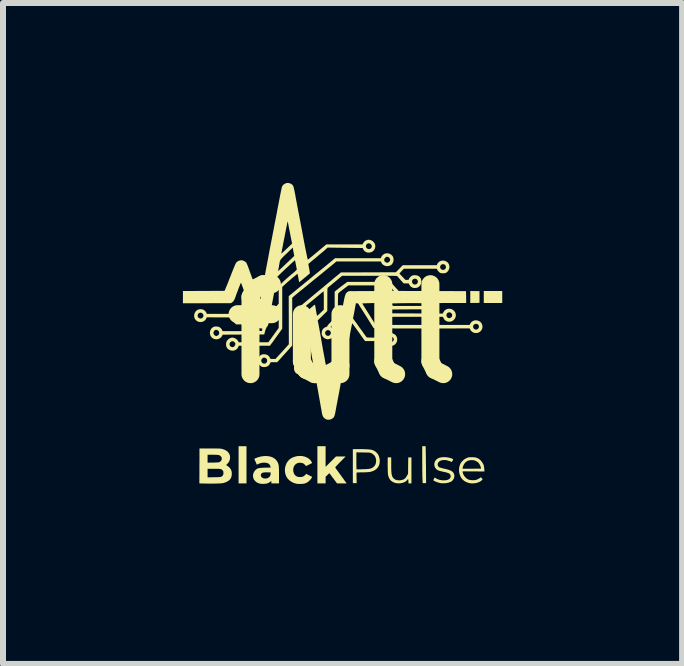
<source format=kicad_pcb>
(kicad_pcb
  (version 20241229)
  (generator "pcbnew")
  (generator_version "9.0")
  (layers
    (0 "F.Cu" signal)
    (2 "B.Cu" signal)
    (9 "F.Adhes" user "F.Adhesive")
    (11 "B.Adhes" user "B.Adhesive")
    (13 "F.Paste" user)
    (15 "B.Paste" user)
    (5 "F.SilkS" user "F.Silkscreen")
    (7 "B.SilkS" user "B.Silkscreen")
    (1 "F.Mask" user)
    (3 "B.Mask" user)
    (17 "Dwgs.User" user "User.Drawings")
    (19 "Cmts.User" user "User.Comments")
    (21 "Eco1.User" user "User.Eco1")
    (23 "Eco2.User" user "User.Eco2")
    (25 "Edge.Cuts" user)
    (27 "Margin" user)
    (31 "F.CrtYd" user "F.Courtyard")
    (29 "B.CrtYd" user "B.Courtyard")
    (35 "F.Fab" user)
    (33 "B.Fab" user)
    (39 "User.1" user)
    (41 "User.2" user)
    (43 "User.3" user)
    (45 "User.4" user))
  (footprint "full"
    (layer "F.Cu")
    (at 2.662 2.51)
    (property "Reference" "full" (at 0 0 0) (layer "F.SilkS") (effects (font (size 1.5 1.5) (thickness 0.3))))
    (attr board_only exclude_from_pos_files exclude_from_bom)
    (fp_poly (pts (xy -1.602 2.19) (xy -1.602 2.5) (xy -1.668 2.5) (xy -1.734 2.5) (xy -1.734 2.19) (xy -1.734 1.88) (xy -1.668 1.88) (xy -1.602 1.88)) (stroke (width 0) (type solid)) (fill yes) (layer "F.SilkS"))
    (fp_poly (pts (xy 2.206 -0.707) (xy 2.283 -0.706) (xy 2.283 -0.608) (xy 2.283 -0.51) (xy 2.206 -0.509) (xy 2.129 -0.508) (xy 2.129 -0.608) (xy 2.129 -0.708)) (stroke (width 0) (type solid)) (fill yes) (layer "F.SilkS"))
    (fp_poly (pts (xy 2.662 -0.608) (xy 2.662 -0.508) (xy 2.508 -0.508) (xy 2.354 -0.508) (xy 2.354 -0.608) (xy 2.354 -0.708) (xy 2.508 -0.708) (xy 2.662 -0.708)) (stroke (width 0) (type solid)) (fill yes) (layer "F.SilkS"))
    (fp_poly (pts (xy 1.389 2.093) (xy 1.389 2.143) (xy 1.39 2.193) (xy 1.391 2.241) (xy 1.391 2.288) (xy 1.391 2.33) (xy 1.392 2.366) (xy 1.392 2.395) (xy 1.392 2.401) (xy 1.392 2.496) (xy 1.363 2.496) (xy 1.335 2.496) (xy 1.332 2.422) (xy 1.331 2.401) (xy 1.33 2.372) (xy 1.33 2.337) (xy 1.329 2.295) (xy 1.329 2.25) (xy 1.329 2.201) (xy 1.328 2.151) (xy 1.328 2.114) (xy 1.328 1.88) (xy 1.357 1.88) (xy 1.385 1.88)) (stroke (width 0) (type solid)) (fill yes) (layer "F.SilkS"))
    (fp_poly (pts (xy -0.283 2.052) (xy -0.283 2.224) (xy -0.197 2.138) (xy -0.11 2.051) (xy -0.03 2.051) (xy 0.05 2.051) (xy -0.036 2.139) (xy -0.06 2.163) (xy -0.081 2.185) (xy -0.098 2.204) (xy -0.112 2.219) (xy -0.12 2.229) (xy -0.122 2.232) (xy -0.119 2.239) (xy -0.113 2.251) (xy -0.106 2.261) (xy -0.067 2.314) (xy -0.034 2.359) (xy -0.007 2.397) (xy 0.016 2.428) (xy 0.033 2.453) (xy 0.041 2.463) (xy 0.069 2.5) (xy -0.011 2.5) (xy -0.092 2.5) (xy -0.156 2.415) (xy -0.221 2.329) (xy -0.252 2.359) (xy -0.283 2.39) (xy -0.283 2.445) (xy -0.283 2.5) (xy -0.352 2.5) (xy -0.42 2.5) (xy -0.42 2.19) (xy -0.42 1.88) (xy -0.352 1.88) (xy -0.283 1.88)) (stroke (width 0) (type solid)) (fill yes) (layer "F.SilkS"))
    (fp_poly (pts (xy 0.783 2.065) (xy 0.811 2.067) (xy 0.811 2.187) (xy 0.811 2.238) (xy 0.812 2.28) (xy 0.814 2.314) (xy 0.817 2.342) (xy 0.822 2.364) (xy 0.828 2.383) (xy 0.835 2.397) (xy 0.845 2.41) (xy 0.856 2.421) (xy 0.877 2.436) (xy 0.901 2.444) (xy 0.93 2.448) (xy 0.947 2.449) (xy 0.986 2.444) (xy 1.018 2.433) (xy 1.045 2.414) (xy 1.066 2.386) (xy 1.075 2.37) (xy 1.092 2.337) (xy 1.093 2.201) (xy 1.095 2.066) (xy 1.121 2.066) (xy 1.148 2.066) (xy 1.148 2.283) (xy 1.148 2.5) (xy 1.123 2.5) (xy 1.099 2.5) (xy 1.098 2.475) (xy 1.097 2.458) (xy 1.096 2.442) (xy 1.095 2.437) (xy 1.091 2.425) (xy 1.08 2.44) (xy 1.06 2.462) (xy 1.032 2.479) (xy 0.999 2.491) (xy 0.962 2.498) (xy 0.924 2.499) (xy 0.887 2.495) (xy 0.879 2.493) (xy 0.841 2.478) (xy 0.809 2.457) (xy 0.785 2.429) (xy 0.768 2.394) (xy 0.757 2.353) (xy 0.757 2.352) (xy 0.756 2.341) (xy 0.755 2.323) (xy 0.754 2.299) (xy 0.753 2.27) (xy 0.753 2.239) (xy 0.752 2.206) (xy 0.752 2.174) (xy 0.752 2.143) (xy 0.752 2.115) (xy 0.752 2.092) (xy 0.753 2.076) (xy 0.754 2.067) (xy 0.754 2.065) (xy 0.76 2.065) (xy 0.772 2.065)) (stroke (width 0) (type solid)) (fill yes) (layer "F.SilkS"))
    (fp_poly (pts (xy -0.671 2.044) (xy -0.629 2.054) (xy -0.59 2.07) (xy -0.557 2.092) (xy -0.548 2.101) (xy -0.535 2.114) (xy -0.524 2.129) (xy -0.516 2.143) (xy -0.51 2.155) (xy -0.51 2.161) (xy -0.511 2.162) (xy -0.517 2.165) (xy -0.529 2.171) (xy -0.547 2.18) (xy -0.561 2.187) (xy -0.607 2.21) (xy -0.63 2.188) (xy -0.647 2.172) (xy -0.664 2.163) (xy -0.678 2.159) (xy -0.713 2.155) (xy -0.744 2.159) (xy -0.772 2.172) (xy -0.794 2.191) (xy -0.811 2.216) (xy -0.821 2.246) (xy -0.823 2.281) (xy -0.821 2.302) (xy -0.811 2.335) (xy -0.795 2.361) (xy -0.772 2.38) (xy -0.742 2.391) (xy -0.709 2.394) (xy -0.678 2.392) (xy -0.653 2.383) (xy -0.632 2.368) (xy -0.623 2.359) (xy -0.607 2.341) (xy -0.559 2.365) (xy -0.539 2.375) (xy -0.523 2.383) (xy -0.512 2.388) (xy -0.509 2.391) (xy -0.509 2.396) (xy -0.515 2.407) (xy -0.524 2.421) (xy -0.536 2.437) (xy -0.546 2.447) (xy -0.576 2.475) (xy -0.61 2.494) (xy -0.638 2.503) (xy -0.665 2.507) (xy -0.697 2.509) (xy -0.732 2.509) (xy -0.765 2.506) (xy -0.78 2.503) (xy -0.822 2.489) (xy -0.86 2.469) (xy -0.895 2.442) (xy -0.923 2.41) (xy -0.94 2.381) (xy -0.955 2.339) (xy -0.962 2.295) (xy -0.961 2.251) (xy -0.952 2.209) (xy -0.937 2.169) (xy -0.915 2.133) (xy -0.887 2.102) (xy -0.853 2.078) (xy -0.85 2.076) (xy -0.807 2.058) (xy -0.762 2.046) (xy -0.716 2.042)) (stroke (width 0) (type solid)) (fill yes) (layer "F.SilkS"))
    (fp_poly (pts (xy 0.302 1.929) (xy 0.354 1.929) (xy 0.397 1.931) (xy 0.433 1.933) (xy 0.463 1.936) (xy 0.488 1.941) (xy 0.509 1.948) (xy 0.527 1.957) (xy 0.544 1.968) (xy 0.561 1.981) (xy 0.563 1.983) (xy 0.588 2.011) (xy 0.605 2.044) (xy 0.616 2.082) (xy 0.62 2.122) (xy 0.617 2.163) (xy 0.611 2.187) (xy 0.595 2.223) (xy 0.572 2.253) (xy 0.54 2.278) (xy 0.502 2.296) (xy 0.461 2.308) (xy 0.438 2.311) (xy 0.409 2.313) (xy 0.374 2.315) (xy 0.345 2.315) (xy 0.317 2.315) (xy 0.291 2.316) (xy 0.269 2.316) (xy 0.254 2.317) (xy 0.249 2.318) (xy 0.232 2.321) (xy 0.233 2.408) (xy 0.235 2.496) (xy 0.203 2.496) (xy 0.171 2.496) (xy 0.171 2.212) (xy 0.171 2.121) (xy 0.23 2.121) (xy 0.23 2.157) (xy 0.23 2.189) (xy 0.231 2.218) (xy 0.231 2.24) (xy 0.232 2.256) (xy 0.233 2.263) (xy 0.233 2.263) (xy 0.239 2.265) (xy 0.254 2.266) (xy 0.274 2.266) (xy 0.299 2.265) (xy 0.327 2.264) (xy 0.356 2.263) (xy 0.385 2.262) (xy 0.411 2.26) (xy 0.433 2.258) (xy 0.45 2.256) (xy 0.457 2.255) (xy 0.484 2.246) (xy 0.505 2.234) (xy 0.524 2.218) (xy 0.529 2.213) (xy 0.547 2.186) (xy 0.557 2.154) (xy 0.56 2.119) (xy 0.554 2.084) (xy 0.547 2.061) (xy 0.529 2.032) (xy 0.504 2.01) (xy 0.481 1.996) (xy 0.473 1.993) (xy 0.464 1.99) (xy 0.454 1.988) (xy 0.441 1.986) (xy 0.424 1.985) (xy 0.401 1.985) (xy 0.371 1.984) (xy 0.343 1.984) (xy 0.23 1.982) (xy 0.23 2.121) (xy 0.171 2.121) (xy 0.171 1.929)) (stroke (width 0) (type solid)) (fill yes) (layer "F.SilkS"))
    (fp_poly (pts (xy 1.725 2.063) (xy 1.772 2.07) (xy 1.815 2.083) (xy 1.821 2.086) (xy 1.845 2.096) (xy 1.835 2.12) (xy 1.828 2.133) (xy 1.822 2.141) (xy 1.819 2.142) (xy 1.778 2.126) (xy 1.742 2.115) (xy 1.71 2.11) (xy 1.68 2.111) (xy 1.654 2.114) (xy 1.627 2.124) (xy 1.606 2.138) (xy 1.592 2.156) (xy 1.585 2.176) (xy 1.587 2.198) (xy 1.589 2.204) (xy 1.593 2.213) (xy 1.599 2.221) (xy 1.606 2.227) (xy 1.616 2.233) (xy 1.632 2.238) (xy 1.652 2.244) (xy 1.68 2.251) (xy 1.715 2.259) (xy 1.734 2.263) (xy 1.768 2.273) (xy 1.798 2.285) (xy 1.823 2.298) (xy 1.841 2.313) (xy 1.842 2.314) (xy 1.857 2.339) (xy 1.864 2.367) (xy 1.862 2.395) (xy 1.853 2.423) (xy 1.836 2.448) (xy 1.823 2.461) (xy 1.8 2.475) (xy 1.77 2.486) (xy 1.736 2.494) (xy 1.699 2.498) (xy 1.662 2.498) (xy 1.638 2.496) (xy 1.616 2.491) (xy 1.593 2.485) (xy 1.569 2.477) (xy 1.548 2.468) (xy 1.53 2.46) (xy 1.518 2.452) (xy 1.514 2.446) (xy 1.516 2.44) (xy 1.521 2.428) (xy 1.527 2.416) (xy 1.532 2.407) (xy 1.536 2.403) (xy 1.536 2.403) (xy 1.541 2.405) (xy 1.551 2.411) (xy 1.561 2.418) (xy 1.592 2.433) (xy 1.625 2.443) (xy 1.664 2.448) (xy 1.685 2.449) (xy 1.724 2.447) (xy 1.756 2.439) (xy 1.779 2.427) (xy 1.795 2.41) (xy 1.802 2.389) (xy 1.802 2.382) (xy 1.8 2.364) (xy 1.794 2.35) (xy 1.782 2.339) (xy 1.765 2.329) (xy 1.739 2.32) (xy 1.706 2.311) (xy 1.689 2.308) (xy 1.653 2.3) (xy 1.626 2.293) (xy 1.604 2.287) (xy 1.588 2.28) (xy 1.575 2.272) (xy 1.567 2.266) (xy 1.546 2.243) (xy 1.534 2.217) (xy 1.529 2.188) (xy 1.532 2.158) (xy 1.542 2.13) (xy 1.561 2.105) (xy 1.566 2.1) (xy 1.588 2.084) (xy 1.612 2.073) (xy 1.642 2.066) (xy 1.678 2.062)) (stroke (width 0) (type solid)) (fill yes) (layer "F.SilkS"))
    (fp_poly (pts (xy 2.189 2.064) (xy 2.218 2.068) (xy 2.241 2.075) (xy 2.263 2.085) (xy 2.283 2.099) (xy 2.306 2.12) (xy 2.327 2.148) (xy 2.345 2.178) (xy 2.351 2.193) (xy 2.356 2.208) (xy 2.359 2.229) (xy 2.362 2.252) (xy 2.363 2.258) (xy 2.365 2.301) (xy 2.187 2.3) (xy 2.147 2.3) (xy 2.109 2.3) (xy 2.075 2.299) (xy 2.046 2.299) (xy 2.024 2.299) (xy 2.01 2.299) (xy 2.004 2.3) (xy 2.001 2.303) (xy 2.002 2.314) (xy 2.003 2.32) (xy 2.016 2.356) (xy 2.037 2.388) (xy 2.064 2.415) (xy 2.089 2.431) (xy 2.106 2.438) (xy 2.122 2.442) (xy 2.142 2.445) (xy 2.161 2.446) (xy 2.197 2.446) (xy 2.227 2.441) (xy 2.254 2.43) (xy 2.281 2.415) (xy 2.294 2.406) (xy 2.303 2.4) (xy 2.307 2.398) (xy 2.311 2.401) (xy 2.318 2.41) (xy 2.322 2.415) (xy 2.335 2.433) (xy 2.322 2.447) (xy 2.298 2.466) (xy 2.266 2.482) (xy 2.229 2.493) (xy 2.19 2.499) (xy 2.151 2.5) (xy 2.113 2.495) (xy 2.105 2.493) (xy 2.06 2.477) (xy 2.022 2.454) (xy 1.992 2.426) (xy 1.968 2.39) (xy 1.952 2.348) (xy 1.943 2.31) (xy 1.941 2.269) (xy 1.942 2.256) (xy 2.002 2.256) (xy 2.155 2.255) (xy 2.308 2.254) (xy 2.306 2.239) (xy 2.301 2.22) (xy 2.292 2.197) (xy 2.279 2.174) (xy 2.266 2.157) (xy 2.253 2.145) (xy 2.235 2.133) (xy 2.223 2.126) (xy 2.207 2.119) (xy 2.193 2.115) (xy 2.176 2.113) (xy 2.154 2.112) (xy 2.12 2.114) (xy 2.093 2.121) (xy 2.068 2.134) (xy 2.049 2.149) (xy 2.035 2.165) (xy 2.022 2.186) (xy 2.011 2.208) (xy 2.004 2.229) (xy 2.002 2.24) (xy 2.002 2.256) (xy 1.942 2.256) (xy 1.946 2.227) (xy 1.957 2.188) (xy 1.961 2.179) (xy 1.979 2.149) (xy 2.005 2.12) (xy 2.035 2.095) (xy 2.062 2.08) (xy 2.078 2.073) (xy 2.091 2.068) (xy 2.104 2.065) (xy 2.119 2.064) (xy 2.14 2.063) (xy 2.154 2.063)) (stroke (width 0) (type solid)) (fill yes) (layer "F.SilkS"))
    (fp_poly (pts (xy -1.244 2.045) (xy -1.199 2.054) (xy -1.16 2.069) (xy -1.127 2.091) (xy -1.121 2.096) (xy -1.095 2.126) (xy -1.075 2.163) (xy -1.065 2.2) (xy -1.064 2.213) (xy -1.062 2.234) (xy -1.061 2.263) (xy -1.06 2.296) (xy -1.06 2.334) (xy -1.06 2.365) (xy -1.06 2.5) (xy -1.123 2.5) (xy -1.187 2.5) (xy -1.187 2.481) (xy -1.187 2.469) (xy -1.189 2.462) (xy -1.189 2.461) (xy -1.195 2.464) (xy -1.204 2.471) (xy -1.21 2.476) (xy -1.227 2.487) (xy -1.246 2.496) (xy -1.25 2.498) (xy -1.274 2.504) (xy -1.303 2.507) (xy -1.333 2.508) (xy -1.362 2.506) (xy -1.377 2.504) (xy -1.397 2.498) (xy -1.416 2.491) (xy -1.424 2.487) (xy -1.452 2.467) (xy -1.474 2.442) (xy -1.488 2.413) (xy -1.494 2.382) (xy -1.493 2.367) (xy -1.363 2.367) (xy -1.357 2.387) (xy -1.349 2.398) (xy -1.332 2.41) (xy -1.309 2.417) (xy -1.283 2.419) (xy -1.257 2.414) (xy -1.235 2.405) (xy -1.216 2.388) (xy -1.204 2.365) (xy -1.2 2.341) (xy -1.199 2.317) (xy -1.248 2.316) (xy -1.282 2.315) (xy -1.308 2.317) (xy -1.327 2.32) (xy -1.341 2.325) (xy -1.351 2.332) (xy -1.361 2.348) (xy -1.363 2.367) (xy -1.493 2.367) (xy -1.492 2.35) (xy -1.482 2.319) (xy -1.464 2.29) (xy -1.456 2.28) (xy -1.442 2.268) (xy -1.429 2.258) (xy -1.414 2.251) (xy -1.396 2.246) (xy -1.374 2.242) (xy -1.346 2.24) (xy -1.31 2.238) (xy -1.292 2.238) (xy -1.2 2.236) (xy -1.203 2.218) (xy -1.211 2.195) (xy -1.226 2.177) (xy -1.245 2.165) (xy -1.27 2.157) (xy -1.299 2.154) (xy -1.332 2.155) (xy -1.365 2.161) (xy -1.394 2.171) (xy -1.41 2.179) (xy -1.424 2.185) (xy -1.433 2.184) (xy -1.436 2.176) (xy -1.438 2.169) (xy -1.443 2.155) (xy -1.451 2.138) (xy -1.455 2.131) (xy -1.465 2.111) (xy -1.469 2.097) (xy -1.47 2.09) (xy -1.468 2.089) (xy -1.451 2.08) (xy -1.426 2.07) (xy -1.398 2.061) (xy -1.369 2.053) (xy -1.342 2.048) (xy -1.292 2.043)) (stroke (width 0) (type solid)) (fill yes) (layer "F.SilkS"))
    (fp_poly (pts (xy -2.215 1.917) (xy -2.167 1.917) (xy -2.129 1.917) (xy -2.098 1.918) (xy -2.073 1.918) (xy -2.053 1.919) (xy -2.037 1.921) (xy -2.023 1.922) (xy -2.012 1.924) (xy -2.007 1.926) (xy -1.968 1.938) (xy -1.935 1.956) (xy -1.91 1.977) (xy -1.903 1.986) (xy -1.889 2.009) (xy -1.88 2.031) (xy -1.876 2.055) (xy -1.876 2.071) (xy -1.88 2.105) (xy -1.892 2.136) (xy -1.913 2.165) (xy -1.922 2.173) (xy -1.933 2.184) (xy -1.939 2.193) (xy -1.94 2.197) (xy -1.925 2.204) (xy -1.908 2.217) (xy -1.89 2.232) (xy -1.876 2.248) (xy -1.872 2.253) (xy -1.857 2.28) (xy -1.849 2.308) (xy -1.847 2.339) (xy -1.847 2.351) (xy -1.853 2.388) (xy -1.866 2.419) (xy -1.888 2.445) (xy -1.917 2.466) (xy -1.954 2.483) (xy -1.985 2.493) (xy -2.001 2.496) (xy -2.026 2.499) (xy -2.059 2.501) (xy -2.098 2.502) (xy -2.142 2.503) (xy -2.191 2.503) (xy -2.243 2.503) (xy -2.297 2.502) (xy -2.311 2.502) (xy -2.388 2.5) (xy -2.387 2.327) (xy -2.251 2.327) (xy -2.251 2.399) (xy -2.143 2.397) (xy -2.106 2.396) (xy -2.078 2.396) (xy -2.057 2.395) (xy -2.041 2.393) (xy -2.03 2.391) (xy -2.023 2.389) (xy -2.019 2.387) (xy -2 2.372) (xy -1.989 2.352) (xy -1.986 2.326) (xy -1.986 2.326) (xy -1.989 2.301) (xy -2 2.281) (xy -2.019 2.266) (xy -2.022 2.265) (xy -2.029 2.262) (xy -2.038 2.26) (xy -2.049 2.258) (xy -2.065 2.257) (xy -2.088 2.257) (xy -2.117 2.256) (xy -2.145 2.256) (xy -2.251 2.256) (xy -2.251 2.327) (xy -2.387 2.327) (xy -2.387 2.209) (xy -2.386 2.088) (xy -2.251 2.088) (xy -2.251 2.154) (xy -2.157 2.153) (xy -2.124 2.152) (xy -2.099 2.151) (xy -2.081 2.15) (xy -2.068 2.149) (xy -2.058 2.147) (xy -2.051 2.144) (xy -2.046 2.141) (xy -2.028 2.126) (xy -2.017 2.107) (xy -2.014 2.086) (xy -2.018 2.066) (xy -2.03 2.048) (xy -2.048 2.034) (xy -2.064 2.027) (xy -2.075 2.025) (xy -2.094 2.024) (xy -2.118 2.023) (xy -2.146 2.022) (xy -2.167 2.022) (xy -2.251 2.022) (xy -2.251 2.088) (xy -2.386 2.088) (xy -2.386 1.917)) (stroke (width 0) (type solid)) (fill yes) (layer "F.SilkS"))
    (fp_poly (pts (xy 0.782 -1.33) (xy 0.808 -1.316) (xy 0.83 -1.295) (xy 0.841 -1.278) (xy 0.849 -1.251) (xy 0.85 -1.222) (xy 0.845 -1.194) (xy 0.832 -1.167) (xy 0.815 -1.146) (xy 0.807 -1.14) (xy 0.779 -1.127) (xy 0.75 -1.122) (xy 0.721 -1.124) (xy 0.694 -1.134) (xy 0.67 -1.149) (xy 0.652 -1.17) (xy 0.644 -1.188) (xy 0.639 -1.201) (xy 0.268 -1.201) (xy -0.102 -1.201) (xy -0.189 -1.129) (xy -0.217 -1.106) (xy -0.251 -1.078) (xy -0.288 -1.048) (xy -0.326 -1.017) (xy -0.363 -0.987) (xy -0.391 -0.964) (xy -0.423 -0.938) (xy -0.456 -0.912) (xy -0.488 -0.886) (xy -0.517 -0.862) (xy -0.542 -0.841) (xy -0.561 -0.826) (xy -0.562 -0.825) (xy -0.582 -0.808) (xy -0.609 -0.786) (xy -0.639 -0.762) (xy -0.67 -0.736) (xy -0.701 -0.712) (xy -0.711 -0.704) (xy -0.738 -0.682) (xy -0.763 -0.661) (xy -0.786 -0.642) (xy -0.804 -0.627) (xy -0.817 -0.615) (xy -0.822 -0.611) (xy -0.84 -0.594) (xy -0.84 -0.196) (xy -0.84 0.201) (xy -0.877 0.243) (xy -0.891 0.259) (xy -0.91 0.28) (xy -0.933 0.306) (xy -0.958 0.333) (xy -0.984 0.362) (xy -1.002 0.382) (xy -1.09 0.479) (xy -1.144 0.479) (xy -1.199 0.479) (xy -1.211 0.504) (xy -1.228 0.53) (xy -1.252 0.548) (xy -1.281 0.558) (xy -1.301 0.56) (xy -1.325 0.56) (xy -1.344 0.555) (xy -1.351 0.553) (xy -1.372 0.538) (xy -1.392 0.517) (xy -1.406 0.494) (xy -1.411 0.48) (xy -1.414 0.452) (xy -1.356 0.452) (xy -1.353 0.47) (xy -1.345 0.485) (xy -1.331 0.497) (xy -1.311 0.503) (xy -1.306 0.503) (xy -1.289 0.501) (xy -1.276 0.493) (xy -1.273 0.49) (xy -1.261 0.472) (xy -1.257 0.452) (xy -1.261 0.433) (xy -1.272 0.417) (xy -1.29 0.406) (xy -1.304 0.402) (xy -1.315 0.403) (xy -1.325 0.407) (xy -1.342 0.419) (xy -1.352 0.434) (xy -1.356 0.452) (xy -1.414 0.452) (xy -1.414 0.449) (xy -1.408 0.419) (xy -1.395 0.391) (xy -1.374 0.368) (xy -1.36 0.359) (xy -1.347 0.352) (xy -1.336 0.348) (xy -1.321 0.347) (xy -1.302 0.347) (xy -1.271 0.352) (xy -1.247 0.363) (xy -1.227 0.381) (xy -1.214 0.401) (xy -1.201 0.425) (xy -1.16 0.425) (xy -1.119 0.425) (xy -1.007 0.303) (xy -0.896 0.18) (xy -0.897 -0.221) (xy -0.898 -0.622) (xy -0.885 -0.633) (xy -0.874 -0.642) (xy -0.858 -0.655) (xy -0.836 -0.673) (xy -0.808 -0.696) (xy -0.774 -0.724) (xy -0.733 -0.758) (xy -0.684 -0.797) (xy -0.647 -0.828) (xy -0.613 -0.856) (xy -0.579 -0.883) (xy -0.547 -0.909) (xy -0.518 -0.933) (xy -0.493 -0.954) (xy -0.473 -0.971) (xy -0.463 -0.979) (xy -0.441 -0.997) (xy -0.418 -1.015) (xy -0.397 -1.032) (xy -0.384 -1.043) (xy -0.372 -1.052) (xy -0.354 -1.067) (xy -0.331 -1.086) (xy -0.304 -1.108) (xy -0.275 -1.131) (xy -0.245 -1.156) (xy -0.239 -1.161) (xy -0.162 -1.225) (xy 0.693 -1.225) (xy 0.699 -1.206) (xy 0.701 -1.202) (xy 0.712 -1.192) (xy 0.725 -1.184) (xy 0.739 -1.179) (xy 0.746 -1.18) (xy 0.755 -1.182) (xy 0.757 -1.182) (xy 0.765 -1.185) (xy 0.776 -1.194) (xy 0.786 -1.206) (xy 0.792 -1.216) (xy 0.793 -1.219) (xy 0.793 -1.235) (xy 0.786 -1.252) (xy 0.775 -1.266) (xy 0.766 -1.272) (xy 0.747 -1.279) (xy 0.729 -1.277) (xy 0.712 -1.265) (xy 0.71 -1.263) (xy 0.697 -1.245) (xy 0.693 -1.225) (xy -0.162 -1.225) (xy -0.126 -1.255) (xy 0.256 -1.255) (xy 0.638 -1.255) (xy 0.644 -1.271) (xy 0.653 -1.289) (xy 0.669 -1.307) (xy 0.687 -1.322) (xy 0.694 -1.326) (xy 0.723 -1.336) (xy 0.752 -1.337)) (stroke (width 0) (type solid)) (fill yes) (layer "F.SilkS"))
    (fp_poly (pts (xy -0.888 -2.506) (xy -0.862 -2.496) (xy -0.84 -2.481) (xy -0.827 -2.466) (xy -0.824 -2.46) (xy -0.821 -2.452) (xy -0.817 -2.441) (xy -0.813 -2.426) (xy -0.809 -2.407) (xy -0.803 -2.381) (xy -0.797 -2.35) (xy -0.789 -2.311) (xy -0.781 -2.263) (xy -0.774 -2.226) (xy -0.765 -2.178) (xy -0.756 -2.13) (xy -0.747 -2.083) (xy -0.739 -2.04) (xy -0.731 -2.001) (xy -0.725 -1.968) (xy -0.72 -1.943) (xy -0.718 -1.931) (xy -0.713 -1.905) (xy -0.706 -1.871) (xy -0.699 -1.833) (xy -0.691 -1.793) (xy -0.684 -1.753) (xy -0.681 -1.739) (xy -0.666 -1.658) (xy -0.652 -1.583) (xy -0.639 -1.514) (xy -0.627 -1.452) (xy -0.616 -1.397) (xy -0.606 -1.349) (xy -0.598 -1.308) (xy -0.591 -1.276) (xy -0.586 -1.252) (xy -0.582 -1.237) (xy -0.58 -1.231) (xy -0.58 -1.231) (xy -0.575 -1.234) (xy -0.564 -1.242) (xy -0.547 -1.256) (xy -0.525 -1.274) (xy -0.499 -1.295) (xy -0.469 -1.32) (xy -0.436 -1.347) (xy -0.423 -1.358) (xy -0.32 -1.444) (xy 0.389 -1.444) (xy 0.39 -1.44) (xy 0.401 -1.423) (xy 0.417 -1.412) (xy 0.435 -1.407) (xy 0.454 -1.408) (xy 0.467 -1.415) (xy 0.482 -1.432) (xy 0.488 -1.451) (xy 0.484 -1.47) (xy 0.472 -1.488) (xy 0.453 -1.501) (xy 0.434 -1.504) (xy 0.415 -1.499) (xy 0.409 -1.494) (xy 0.396 -1.48) (xy 0.389 -1.462) (xy 0.389 -1.444) (xy -0.32 -1.444) (xy -0.271 -1.485) (xy 0.03 -1.485) (xy 0.332 -1.485) (xy 0.341 -1.503) (xy 0.36 -1.53) (xy 0.383 -1.548) (xy 0.41 -1.559) (xy 0.438 -1.563) (xy 0.467 -1.558) (xy 0.495 -1.544) (xy 0.513 -1.529) (xy 0.534 -1.503) (xy 0.544 -1.475) (xy 0.546 -1.444) (xy 0.537 -1.414) (xy 0.53 -1.398) (xy 0.511 -1.375) (xy 0.488 -1.359) (xy 0.46 -1.351) (xy 0.446 -1.349) (xy 0.426 -1.348) (xy 0.412 -1.35) (xy 0.399 -1.355) (xy 0.386 -1.361) (xy 0.369 -1.371) (xy 0.357 -1.383) (xy 0.348 -1.398) (xy 0.347 -1.4) (xy 0.335 -1.425) (xy 0.256 -1.426) (xy 0.234 -1.426) (xy 0.204 -1.426) (xy 0.167 -1.427) (xy 0.125 -1.427) (xy 0.079 -1.428) (xy 0.031 -1.428) (xy -0.018 -1.429) (xy -0.036 -1.429) (xy -0.25 -1.432) (xy -0.271 -1.413) (xy -0.282 -1.403) (xy -0.298 -1.388) (xy -0.318 -1.371) (xy -0.34 -1.352) (xy -0.349 -1.345) (xy -0.372 -1.326) (xy -0.4 -1.303) (xy -0.43 -1.277) (xy -0.461 -1.251) (xy -0.488 -1.229) (xy -0.512 -1.209) (xy -0.533 -1.191) (xy -0.551 -1.176) (xy -0.563 -1.166) (xy -0.57 -1.16) (xy -0.571 -1.159) (xy -0.57 -1.155) (xy -0.568 -1.142) (xy -0.565 -1.122) (xy -0.561 -1.099) (xy -0.557 -1.081) (xy -0.552 -1.055) (xy -0.549 -1.032) (xy -0.546 -1.014) (xy -0.545 -1.003) (xy -0.546 -1.001) (xy -0.551 -0.997) (xy -0.562 -0.988) (xy -0.578 -0.974) (xy -0.598 -0.957) (xy -0.621 -0.938) (xy -0.628 -0.933) (xy -0.652 -0.913) (xy -0.673 -0.895) (xy -0.692 -0.879) (xy -0.706 -0.868) (xy -0.713 -0.861) (xy -0.714 -0.861) (xy -0.718 -0.857) (xy -0.721 -0.856) (xy -0.723 -0.858) (xy -0.725 -0.864) (xy -0.728 -0.875) (xy -0.731 -0.893) (xy -0.736 -0.92) (xy -0.737 -0.928) (xy -0.742 -0.951) (xy -0.746 -0.971) (xy -0.749 -0.986) (xy -0.751 -0.992) (xy -0.751 -0.993) (xy -0.755 -0.992) (xy -0.764 -0.986) (xy -0.769 -0.983) (xy -0.778 -0.975) (xy -0.793 -0.962) (xy -0.812 -0.946) (xy -0.834 -0.929) (xy -0.843 -0.921) (xy -0.869 -0.898) (xy -0.898 -0.873) (xy -0.927 -0.848) (xy -0.952 -0.825) (xy -0.954 -0.824) (xy -1.006 -0.776) (xy -1.006 -0.428) (xy -1.006 -0.08) (xy -1.053 -0.014) (xy -1.072 0.012) (xy -1.091 0.039) (xy -1.109 0.064) (xy -1.124 0.085) (xy -1.129 0.091) (xy -1.145 0.114) (xy -1.163 0.14) (xy -1.181 0.163) (xy -1.185 0.168) (xy -1.212 0.205) (xy -1.472 0.205) (xy -1.731 0.205) (xy -1.74 0.227) (xy -1.755 0.252) (xy -1.777 0.27) (xy -1.803 0.283) (xy -1.832 0.287) (xy -1.862 0.284) (xy -1.872 0.281) (xy -1.896 0.27) (xy -1.914 0.256) (xy -1.928 0.239) (xy -1.939 0.214) (xy -1.943 0.186) (xy -1.943 0.18) (xy -1.885 0.18) (xy -1.882 0.199) (xy -1.872 0.213) (xy -1.858 0.222) (xy -1.839 0.229) (xy -1.823 0.227) (xy -1.807 0.216) (xy -1.804 0.213) (xy -1.791 0.194) (xy -1.787 0.175) (xy -1.792 0.157) (xy -1.806 0.141) (xy -1.817 0.134) (xy -1.836 0.129) (xy -1.854 0.133) (xy -1.87 0.143) (xy -1.881 0.159) (xy -1.885 0.178) (xy -1.885 0.18) (xy -1.943 0.18) (xy -1.941 0.156) (xy -1.937 0.139) (xy -1.923 0.116) (xy -1.903 0.095) (xy -1.879 0.079) (xy -1.853 0.07) (xy -1.838 0.068) (xy -1.828 0.07) (xy -1.813 0.073) (xy -1.804 0.076) (xy -1.782 0.086) (xy -1.761 0.103) (xy -1.745 0.122) (xy -1.738 0.135) (xy -1.734 0.147) (xy -1.486 0.147) (xy -1.237 0.147) (xy -1.221 0.123) (xy -1.213 0.113) (xy -1.201 0.096) (xy -1.185 0.074) (xy -1.167 0.048) (xy -1.146 0.02) (xy -1.135 0.004) (xy -1.065 -0.092) (xy -1.065 -0.252) (xy -1.065 -0.413) (xy -1.087 -0.388) (xy -1.098 -0.376) (xy -1.113 -0.358) (xy -1.132 -0.337) (xy -1.151 -0.314) (xy -1.164 -0.299) (xy -1.184 -0.275) (xy -1.199 -0.256) (xy -1.21 -0.242) (xy -1.217 -0.23) (xy -1.221 -0.219) (xy -1.224 -0.209) (xy -1.225 -0.206) (xy -1.233 -0.174) (xy -1.24 -0.149) (xy -1.247 -0.131) (xy -1.255 -0.117) (xy -1.261 -0.11) (xy -1.27 -0.097) (xy -1.278 -0.08) (xy -1.286 -0.057) (xy -1.292 -0.038) (xy -1.307 0.017) (xy -1.654 0.018) (xy -2.001 0.02) (xy -2.004 0.031) (xy -2.009 0.041) (xy -2.018 0.054) (xy -2.022 0.059) (xy -2.045 0.08) (xy -2.072 0.093) (xy -2.101 0.098) (xy -2.13 0.095) (xy -2.158 0.085) (xy -2.183 0.066) (xy -2.184 0.065) (xy -2.201 0.04) (xy -2.21 0.012) (xy -2.212 -0.01) (xy -2.154 -0.01) (xy -2.149 0.011) (xy -2.137 0.028) (xy -2.123 0.037) (xy -2.112 0.042) (xy -2.105 0.043) (xy -2.098 0.041) (xy -2.088 0.037) (xy -2.069 0.025) (xy -2.059 0.008) (xy -2.057 -0.012) (xy -2.064 -0.035) (xy -2.064 -0.035) (xy -2.075 -0.048) (xy -2.092 -0.058) (xy -2.109 -0.061) (xy -2.117 -0.061) (xy -2.133 -0.052) (xy -2.145 -0.037) (xy -2.153 -0.019) (xy -2.154 -0.01) (xy -2.212 -0.01) (xy -2.212 -0.018) (xy -2.206 -0.048) (xy -2.192 -0.075) (xy -2.18 -0.09) (xy -2.159 -0.106) (xy -2.134 -0.115) (xy -2.107 -0.117) (xy -2.074 -0.113) (xy -2.046 -0.101) (xy -2.024 -0.082) (xy -2.009 -0.058) (xy -2.001 -0.039) (xy -1.675 -0.039) (xy -1.619 -0.039) (xy -1.566 -0.039) (xy -1.518 -0.04) (xy -1.473 -0.04) (xy -1.434 -0.04) (xy -1.401 -0.041) (xy -1.375 -0.041) (xy -1.357 -0.042) (xy -1.348 -0.042) (xy -1.346 -0.043) (xy -1.344 -0.05) (xy -1.341 -0.062) (xy -1.34 -0.065) (xy -1.339 -0.077) (xy -1.341 -0.082) (xy -1.348 -0.083) (xy -1.352 -0.083) (xy -1.377 -0.087) (xy -1.4 -0.1) (xy -1.42 -0.118) (xy -1.428 -0.128) (xy -1.442 -0.151) (xy -1.61 -0.151) (xy -1.777 -0.151) (xy -1.811 -0.187) (xy -1.828 -0.205) (xy -1.845 -0.224) (xy -1.859 -0.24) (xy -1.864 -0.245) (xy -1.883 -0.268) (xy -2.074 -0.268) (xy -2.265 -0.269) (xy -2.273 -0.249) (xy -2.289 -0.224) (xy -2.311 -0.206) (xy -2.336 -0.195) (xy -2.363 -0.19) (xy -2.39 -0.192) (xy -2.417 -0.201) (xy -2.44 -0.216) (xy -2.459 -0.238) (xy -2.468 -0.255) (xy -2.475 -0.283) (xy -2.474 -0.301) (xy -2.417 -0.301) (xy -2.415 -0.281) (xy -2.406 -0.265) (xy -2.39 -0.254) (xy -2.37 -0.249) (xy -2.369 -0.249) (xy -2.352 -0.251) (xy -2.339 -0.259) (xy -2.334 -0.263) (xy -2.324 -0.277) (xy -2.32 -0.292) (xy -2.32 -0.297) (xy -2.324 -0.317) (xy -2.334 -0.332) (xy -2.349 -0.343) (xy -2.366 -0.347) (xy -2.383 -0.345) (xy -2.399 -0.337) (xy -2.41 -0.322) (xy -2.417 -0.301) (xy -2.474 -0.301) (xy -2.474 -0.313) (xy -2.465 -0.342) (xy -2.449 -0.368) (xy -2.428 -0.388) (xy -2.403 -0.4) (xy -2.374 -0.405) (xy -2.344 -0.403) (xy -2.327 -0.398) (xy -2.31 -0.389) (xy -2.292 -0.374) (xy -2.278 -0.358) (xy -2.269 -0.342) (xy -2.268 -0.338) (xy -2.265 -0.327) (xy -2.063 -0.327) (xy -1.862 -0.327) (xy -1.806 -0.269) (xy -1.751 -0.21) (xy -1.606 -0.211) (xy -1.461 -0.212) (xy -1.515 -0.358) (xy -1.201 -0.358) (xy -1.198 -0.36) (xy -1.189 -0.368) (xy -1.175 -0.382) (xy -1.158 -0.399) (xy -1.138 -0.42) (xy -1.133 -0.425) (xy -1.065 -0.496) (xy -1.065 -0.642) (xy -1.065 -0.788) (xy -1.019 -0.834) (xy -1.002 -0.852) (xy -0.983 -0.87) (xy -0.961 -0.89) (xy -0.937 -0.912) (xy -0.908 -0.937) (xy -0.875 -0.966) (xy -0.835 -0.999) (xy -0.816 -1.015) (xy -0.794 -1.034) (xy -0.779 -1.048) (xy -0.769 -1.058) (xy -0.764 -1.066) (xy -0.764 -1.071) (xy -0.764 -1.072) (xy -0.765 -1.08) (xy -0.769 -1.096) (xy -0.773 -1.117) (xy -0.777 -1.142) (xy -0.779 -1.15) (xy -0.784 -1.175) (xy -0.788 -1.196) (xy -0.791 -1.211) (xy -0.793 -1.219) (xy -0.794 -1.22) (xy -0.798 -1.218) (xy -0.808 -1.209) (xy -0.823 -1.195) (xy -0.843 -1.178) (xy -0.866 -1.157) (xy -0.891 -1.133) (xy -0.918 -1.108) (xy -0.946 -1.083) (xy -0.973 -1.057) (xy -0.999 -1.032) (xy -1.023 -1.01) (xy -1.039 -0.994) (xy -1.094 -0.94) (xy -1.111 -0.847) (xy -1.117 -0.813) (xy -1.125 -0.771) (xy -1.133 -0.728) (xy -1.141 -0.684) (xy -1.148 -0.645) (xy -1.148 -0.645) (xy -1.155 -0.606) (xy -1.163 -0.564) (xy -1.171 -0.522) (xy -1.178 -0.483) (xy -1.184 -0.45) (xy -1.185 -0.448) (xy -1.19 -0.42) (xy -1.195 -0.396) (xy -1.198 -0.376) (xy -1.2 -0.363) (xy -1.201 -0.358) (xy -1.515 -0.358) (xy -1.526 -0.388) (xy -1.543 -0.436) (xy -1.562 -0.487) (xy -1.581 -0.54) (xy -1.6 -0.592) (xy -1.618 -0.641) (xy -1.634 -0.685) (xy -1.641 -0.704) (xy -1.654 -0.739) (xy -1.665 -0.771) (xy -1.676 -0.799) (xy -1.684 -0.821) (xy -1.69 -0.836) (xy -1.694 -0.844) (xy -1.695 -0.845) (xy -1.697 -0.84) (xy -1.703 -0.828) (xy -1.711 -0.809) (xy -1.721 -0.784) (xy -1.733 -0.754) (xy -1.745 -0.721) (xy -1.758 -0.686) (xy -1.772 -0.65) (xy -1.78 -0.627) (xy -1.791 -0.595) (xy -1.801 -0.571) (xy -1.81 -0.554) (xy -1.818 -0.541) (xy -1.827 -0.531) (xy -1.837 -0.522) (xy -1.842 -0.519) (xy -1.862 -0.505) (xy -2.262 -0.504) (xy -2.662 -0.503) (xy -2.662 -0.605) (xy -2.662 -0.708) (xy -2.314 -0.709) (xy -1.967 -0.711) (xy -1.928 -0.806) (xy -1.915 -0.837) (xy -1.9 -0.876) (xy -1.884 -0.918) (xy -1.866 -0.961) (xy -1.85 -1.004) (xy -1.838 -1.033) (xy -1.825 -1.067) (xy -1.811 -1.1) (xy -1.799 -1.129) (xy -1.789 -1.153) (xy -1.78 -1.17) (xy -1.775 -1.18) (xy -1.774 -1.181) (xy -1.757 -1.197) (xy -1.734 -1.21) (xy -1.709 -1.218) (xy -1.689 -1.221) (xy -1.665 -1.217) (xy -1.64 -1.207) (xy -1.619 -1.193) (xy -1.604 -1.178) (xy -1.599 -1.168) (xy -1.592 -1.151) (xy -1.582 -1.128) (xy -1.571 -1.099) (xy -1.56 -1.068) (xy -1.551 -1.043) (xy -1.534 -0.996) (xy -1.516 -0.947) (xy -1.497 -0.896) (xy -1.479 -0.845) (xy -1.461 -0.796) (xy -1.444 -0.749) (xy -1.428 -0.706) (xy -1.414 -0.668) (xy -1.402 -0.637) (xy -1.393 -0.614) (xy -1.393 -0.613) (xy -1.384 -0.592) (xy -1.378 -0.579) (xy -1.374 -0.574) (xy -1.371 -0.578) (xy -1.367 -0.59) (xy -1.363 -0.611) (xy -1.36 -0.628) (xy -1.358 -0.642) (xy -1.353 -0.665) (xy -1.348 -0.694) (xy -1.341 -0.73) (xy -1.334 -0.77) (xy -1.325 -0.813) (xy -1.317 -0.857) (xy -1.314 -0.874) (xy -1.304 -0.928) (xy -1.292 -0.989) (xy -1.283 -1.038) (xy -1.076 -1.038) (xy -1.052 -1.06) (xy -1.042 -1.068) (xy -1.027 -1.083) (xy -1.006 -1.102) (xy -0.982 -1.125) (xy -0.955 -1.15) (xy -0.927 -1.177) (xy -0.917 -1.186) (xy -0.89 -1.212) (xy -0.865 -1.236) (xy -0.843 -1.256) (xy -0.826 -1.273) (xy -0.813 -1.285) (xy -0.807 -1.292) (xy -0.806 -1.293) (xy -0.807 -1.298) (xy -0.809 -1.312) (xy -0.813 -1.331) (xy -0.817 -1.354) (xy -0.819 -1.363) (xy -0.831 -1.431) (xy -0.919 -1.347) (xy -0.952 -1.316) (xy -0.978 -1.291) (xy -0.998 -1.27) (xy -1.014 -1.254) (xy -1.026 -1.24) (xy -1.035 -1.227) (xy -1.041 -1.215) (xy -1.046 -1.202) (xy -1.049 -1.187) (xy -1.052 -1.169) (xy -1.056 -1.147) (xy -1.057 -1.144) (xy -1.061 -1.117) (xy -1.066 -1.092) (xy -1.07 -1.071) (xy -1.072 -1.057) (xy -1.073 -1.052) (xy -1.076 -1.038) (xy -1.283 -1.038) (xy -1.28 -1.053) (xy -1.268 -1.118) (xy -1.256 -1.181) (xy -1.245 -1.239) (xy -1.238 -1.275) (xy -1.23 -1.319) (xy -1.227 -1.335) (xy -1.021 -1.335) (xy -1.021 -1.335) (xy -1.02 -1.334) (xy -1.017 -1.335) (xy -1.01 -1.34) (xy -1.001 -1.348) (xy -0.986 -1.361) (xy -0.967 -1.38) (xy -0.941 -1.404) (xy -0.928 -1.416) (xy -0.842 -1.499) (xy -0.873 -1.654) (xy -0.88 -1.693) (xy -0.888 -1.731) (xy -0.895 -1.765) (xy -0.9 -1.795) (xy -0.905 -1.819) (xy -0.908 -1.836) (xy -0.909 -1.84) (xy -0.912 -1.856) (xy -0.915 -1.866) (xy -0.916 -1.869) (xy -0.917 -1.864) (xy -0.92 -1.851) (xy -0.925 -1.83) (xy -0.93 -1.802) (xy -0.937 -1.769) (xy -0.944 -1.732) (xy -0.952 -1.692) (xy -0.961 -1.649) (xy -0.969 -1.605) (xy -0.978 -1.562) (xy -0.986 -1.519) (xy -0.994 -1.478) (xy -1.001 -1.44) (xy -1.008 -1.407) (xy -1.013 -1.378) (xy -1.017 -1.356) (xy -1.02 -1.342) (xy -1.021 -1.335) (xy -1.227 -1.335) (xy -1.22 -1.372) (xy -1.209 -1.43) (xy -1.197 -1.492) (xy -1.184 -1.557) (xy -1.172 -1.621) (xy -1.16 -1.684) (xy -1.148 -1.744) (xy -1.147 -1.751) (xy -1.136 -1.809) (xy -1.124 -1.87) (xy -1.112 -1.931) (xy -1.1 -1.993) (xy -1.089 -2.052) (xy -1.079 -2.107) (xy -1.069 -2.156) (xy -1.061 -2.197) (xy -1.06 -2.205) (xy -1.049 -2.259) (xy -1.041 -2.304) (xy -1.033 -2.342) (xy -1.027 -2.372) (xy -1.022 -2.396) (xy -1.018 -2.415) (xy -1.015 -2.43) (xy -1.012 -2.44) (xy -1.009 -2.449) (xy -1.006 -2.455) (xy -1.003 -2.46) (xy -1 -2.465) (xy -1 -2.466) (xy -0.983 -2.484) (xy -0.96 -2.498) (xy -0.934 -2.508) (xy -0.913 -2.51)) (stroke (width 0) (type solid)) (fill yes) (layer "F.SilkS"))
    (fp_poly (pts (xy 1.702 -1.212) (xy 1.728 -1.201) (xy 1.751 -1.185) (xy 1.768 -1.163) (xy 1.778 -1.138) (xy 1.782 -1.11) (xy 1.778 -1.081) (xy 1.766 -1.053) (xy 1.754 -1.036) (xy 1.739 -1.021) (xy 1.733 -1.017) (xy 1.721 -1.01) (xy 1.709 -1.006) (xy 1.694 -1.004) (xy 1.675 -1.004) (xy 1.655 -1.004) (xy 1.64 -1.006) (xy 1.629 -1.01) (xy 1.617 -1.017) (xy 1.6 -1.032) (xy 1.585 -1.052) (xy 1.583 -1.055) (xy 1.57 -1.079) (xy 1.296 -1.079) (xy 1.021 -1.079) (xy 0.995 -1.051) (xy 0.98 -1.036) (xy 0.968 -1.022) (xy 0.959 -1.012) (xy 0.958 -1.011) (xy 0.948 -0.998) (xy 0.998 -0.946) (xy 1.048 -0.893) (xy 1.075 -0.894) (xy 1.091 -0.894) (xy 1.1 -0.896) (xy 1.104 -0.9) (xy 1.106 -0.906) (xy 1.112 -0.92) (xy 1.124 -0.935) (xy 1.139 -0.95) (xy 1.155 -0.962) (xy 1.161 -0.965) (xy 1.175 -0.969) (xy 1.193 -0.971) (xy 1.207 -0.972) (xy 1.241 -0.968) (xy 1.269 -0.956) (xy 1.291 -0.937) (xy 1.306 -0.912) (xy 1.314 -0.881) (xy 1.314 -0.866) (xy 1.31 -0.833) (xy 1.297 -0.805) (xy 1.278 -0.783) (xy 1.254 -0.767) (xy 1.227 -0.759) (xy 1.196 -0.758) (xy 1.166 -0.764) (xy 1.14 -0.779) (xy 1.12 -0.802) (xy 1.115 -0.811) (xy 1.101 -0.835) (xy 1.06 -0.835) (xy 1.018 -0.835) (xy 0.984 -0.873) (xy 1.158 -0.873) (xy 1.158 -0.855) (xy 1.165 -0.839) (xy 1.176 -0.825) (xy 1.193 -0.817) (xy 1.206 -0.816) (xy 1.223 -0.818) (xy 1.236 -0.825) (xy 1.241 -0.83) (xy 1.252 -0.847) (xy 1.256 -0.865) (xy 1.252 -0.883) (xy 1.242 -0.899) (xy 1.227 -0.909) (xy 1.209 -0.914) (xy 1.193 -0.912) (xy 1.175 -0.903) (xy 1.163 -0.89) (xy 1.158 -0.873) (xy 0.984 -0.873) (xy 0.969 -0.89) (xy 0.952 -0.909) (xy 0.936 -0.927) (xy 0.924 -0.942) (xy 0.916 -0.951) (xy 0.914 -0.953) (xy 0.913 -0.955) (xy 0.911 -0.956) (xy 0.907 -0.957) (xy 0.901 -0.958) (xy 0.893 -0.959) (xy 0.881 -0.96) (xy 0.866 -0.96) (xy 0.846 -0.961) (xy 0.822 -0.961) (xy 0.792 -0.961) (xy 0.755 -0.962) (xy 0.712 -0.962) (xy 0.662 -0.962) (xy 0.603 -0.962) (xy 0.536 -0.962) (xy 0.46 -0.962) (xy 0.45 -0.962) (xy -0.007 -0.962) (xy -0.049 -0.927) (xy -0.071 -0.909) (xy -0.095 -0.888) (xy -0.118 -0.869) (xy -0.127 -0.862) (xy -0.164 -0.831) (xy -0.194 -0.806) (xy -0.218 -0.787) (xy -0.234 -0.773) (xy -0.244 -0.766) (xy -0.245 -0.764) (xy -0.248 -0.762) (xy -0.249 -0.759) (xy -0.251 -0.753) (xy -0.252 -0.743) (xy -0.253 -0.73) (xy -0.253 -0.711) (xy -0.254 -0.686) (xy -0.254 -0.654) (xy -0.254 -0.615) (xy -0.254 -0.566) (xy -0.254 -0.566) (xy -0.255 -0.374) (xy -0.335 -0.295) (xy -0.415 -0.217) (xy -0.407 -0.181) (xy -0.392 -0.103) (xy -0.377 -0.019) (xy -0.361 0.07) (xy -0.352 0.125) (xy -0.345 0.165) (xy -0.337 0.211) (xy -0.329 0.257) (xy -0.321 0.301) (xy -0.314 0.34) (xy -0.313 0.344) (xy -0.306 0.38) (xy -0.298 0.423) (xy -0.29 0.469) (xy -0.281 0.515) (xy -0.274 0.558) (xy -0.271 0.571) (xy -0.262 0.623) (xy -0.254 0.667) (xy -0.248 0.702) (xy -0.243 0.73) (xy -0.239 0.751) (xy -0.236 0.766) (xy -0.234 0.777) (xy -0.232 0.783) (xy -0.231 0.786) (xy -0.23 0.786) (xy -0.229 0.784) (xy -0.228 0.781) (xy -0.227 0.773) (xy -0.223 0.757) (xy -0.219 0.733) (xy -0.213 0.702) (xy -0.206 0.666) (xy -0.199 0.626) (xy -0.191 0.583) (xy -0.182 0.537) (xy -0.173 0.49) (xy -0.165 0.444) (xy -0.156 0.398) (xy -0.148 0.354) (xy -0.141 0.313) (xy -0.134 0.277) (xy -0.128 0.246) (xy -0.127 0.237) (xy -0.12 0.2) (xy -0.112 0.156) (xy -0.103 0.108) (xy -0.094 0.06) (xy -0.086 0.014) (xy -0.081 -0.012) (xy -0.073 -0.052) (xy -0.064 -0.1) (xy -0.054 -0.151) (xy -0.044 -0.205) (xy -0.034 -0.257) (xy -0.025 -0.307) (xy -0.022 -0.32) (xy -0.01 -0.386) (xy 0.001 -0.443) (xy 0.011 -0.491) (xy 0.019 -0.533) (xy 0.026 -0.567) (xy 0.032 -0.596) (xy 0.038 -0.619) (xy 0.044 -0.637) (xy 0.049 -0.651) (xy 0.054 -0.663) (xy 0.059 -0.671) (xy 0.065 -0.678) (xy 0.072 -0.684) (xy 0.079 -0.689) (xy 0.084 -0.692) (xy 0.104 -0.706) (xy 0.479 -0.707) (xy 0.539 -0.707) (xy 0.596 -0.708) (xy 0.649 -0.708) (xy 0.697 -0.708) (xy 0.741 -0.709) (xy 0.778 -0.709) (xy 0.809 -0.709) (xy 0.833 -0.71) (xy 0.848 -0.71) (xy 0.854 -0.711) (xy 0.855 -0.711) (xy 0.852 -0.715) (xy 0.844 -0.725) (xy 0.831 -0.74) (xy 0.817 -0.757) (xy 0.779 -0.801) (xy 0.438 -0.801) (xy 0.096 -0.801) (xy 0.012 -0.737) (xy -0.016 -0.716) (xy -0.038 -0.699) (xy -0.053 -0.686) (xy -0.064 -0.676) (xy -0.07 -0.669) (xy -0.074 -0.662) (xy -0.075 -0.657) (xy -0.076 -0.649) (xy -0.076 -0.632) (xy -0.077 -0.608) (xy -0.077 -0.577) (xy -0.077 -0.541) (xy -0.078 -0.501) (xy -0.077 -0.457) (xy -0.077 -0.438) (xy -0.077 -0.234) (xy -0.138 -0.172) (xy -0.2 -0.11) (xy -0.178 -0.091) (xy -0.155 -0.067) (xy -0.142 -0.041) (xy -0.138 -0.012) (xy -0.138 0.001) (xy -0.145 0.032) (xy -0.16 0.058) (xy -0.183 0.078) (xy -0.188 0.081) (xy -0.218 0.093) (xy -0.249 0.097) (xy -0.278 0.091) (xy -0.305 0.077) (xy -0.317 0.067) (xy -0.335 0.047) (xy -0.345 0.025) (xy -0.349 -0.000005) (xy -0.349 -0.007) (xy -0.347 -0.019) (xy -0.291 -0.019) (xy -0.291 -0.001) (xy -0.283 0.017) (xy -0.271 0.032) (xy -0.263 0.036) (xy -0.243 0.041) (xy -0.225 0.036) (xy -0.209 0.024) (xy -0.198 0.006) (xy -0.195 -0.013) (xy -0.201 -0.031) (xy -0.214 -0.046) (xy -0.228 -0.054) (xy -0.248 -0.057) (xy -0.266 -0.051) (xy -0.281 -0.038) (xy -0.29 -0.02) (xy -0.291 -0.019) (xy -0.347 -0.019) (xy -0.345 -0.039) (xy -0.332 -0.067) (xy -0.313 -0.089) (xy -0.288 -0.104) (xy -0.275 -0.109) (xy -0.261 -0.114) (xy -0.255 -0.119) (xy -0.254 -0.124) (xy -0.25 -0.132) (xy -0.24 -0.145) (xy -0.223 -0.164) (xy -0.2 -0.188) (xy -0.193 -0.195) (xy -0.132 -0.256) (xy -0.132 -0.476) (xy -0.132 -0.697) (xy -0.118 -0.709) (xy -0.111 -0.716) (xy -0.096 -0.727) (xy -0.077 -0.742) (xy -0.054 -0.76) (xy -0.028 -0.78) (xy -0.013 -0.791) (xy 0.078 -0.86) (xy 0.439 -0.86) (xy 0.8 -0.86) (xy 0.867 -0.784) (xy 0.935 -0.709) (xy 1.497 -0.707) (xy 2.058 -0.706) (xy 2.06 -0.607) (xy 2.061 -0.508) (xy 1.806 -0.508) (xy 1.551 -0.507) (xy 1.532 -0.484) (xy 1.518 -0.469) (xy 1.502 -0.451) (xy 1.486 -0.433) (xy 1.486 -0.432) (xy 1.458 -0.403) (xy 1.137 -0.402) (xy 0.816 -0.4) (xy 0.781 -0.445) (xy 0.767 -0.464) (xy 0.755 -0.48) (xy 0.746 -0.492) (xy 0.742 -0.498) (xy 0.739 -0.501) (xy 0.811 -0.501) (xy 0.824 -0.48) (xy 0.838 -0.459) (xy 1.135 -0.459) (xy 1.433 -0.459) (xy 1.452 -0.481) (xy 1.471 -0.503) (xy 1.447 -0.503) (xy 1.436 -0.503) (xy 1.417 -0.503) (xy 1.391 -0.504) (xy 1.36 -0.504) (xy 1.324 -0.505) (xy 1.286 -0.505) (xy 1.267 -0.505) (xy 1.219 -0.506) (xy 1.165 -0.506) (xy 1.108 -0.506) (xy 1.052 -0.505) (xy 0.999 -0.505) (xy 0.961 -0.504) (xy 0.811 -0.501) (xy 0.739 -0.501) (xy 0.739 -0.501) (xy 0.732 -0.503) (xy 0.719 -0.504) (xy 0.699 -0.504) (xy 0.68 -0.504) (xy 0.658 -0.503) (xy 0.639 -0.502) (xy 0.626 -0.501) (xy 0.621 -0.5) (xy 0.623 -0.496) (xy 0.63 -0.485) (xy 0.641 -0.468) (xy 0.655 -0.447) (xy 0.671 -0.423) (xy 0.675 -0.418) (xy 0.73 -0.336) (xy 1.2 -0.334) (xy 1.67 -0.331) (xy 1.682 -0.356) (xy 1.7 -0.381) (xy 1.723 -0.399) (xy 1.75 -0.41) (xy 1.78 -0.413) (xy 1.81 -0.408) (xy 1.838 -0.395) (xy 1.861 -0.375) (xy 1.878 -0.35) (xy 1.887 -0.322) (xy 1.888 -0.293) (xy 1.883 -0.27) (xy 1.867 -0.241) (xy 1.845 -0.218) (xy 1.819 -0.203) (xy 1.79 -0.196) (xy 1.782 -0.195) (xy 1.749 -0.199) (xy 1.721 -0.211) (xy 1.698 -0.231) (xy 1.684 -0.254) (xy 1.673 -0.278) (xy 1.186 -0.278) (xy 0.699 -0.278) (xy 0.683 -0.302) (xy 1.731 -0.302) (xy 1.735 -0.283) (xy 1.749 -0.266) (xy 1.767 -0.256) (xy 1.785 -0.255) (xy 1.803 -0.262) (xy 1.817 -0.274) (xy 1.826 -0.291) (xy 1.828 -0.31) (xy 1.828 -0.313) (xy 1.82 -0.33) (xy 1.806 -0.344) (xy 1.789 -0.352) (xy 1.781 -0.353) (xy 1.76 -0.349) (xy 1.744 -0.339) (xy 1.735 -0.324) (xy 1.731 -0.302) (xy 0.683 -0.302) (xy 0.622 -0.393) (xy 0.545 -0.508) (xy 0.437 -0.505) (xy 0.406 -0.504) (xy 0.378 -0.503) (xy 0.355 -0.502) (xy 0.338 -0.501) (xy 0.33 -0.501) (xy 0.328 -0.501) (xy 0.33 -0.496) (xy 0.336 -0.486) (xy 0.346 -0.47) (xy 0.353 -0.459) (xy 0.388 -0.403) (xy 0.421 -0.351) (xy 0.45 -0.305) (xy 0.475 -0.264) (xy 0.496 -0.23) (xy 0.513 -0.203) (xy 0.523 -0.187) (xy 0.549 -0.142) (xy 1.334 -0.142) (xy 2.118 -0.142) (xy 2.13 -0.165) (xy 2.143 -0.184) (xy 2.16 -0.201) (xy 2.163 -0.202) (xy 2.189 -0.215) (xy 2.218 -0.22) (xy 2.247 -0.217) (xy 2.275 -0.207) (xy 2.299 -0.191) (xy 2.315 -0.172) (xy 2.328 -0.143) (xy 2.333 -0.115) (xy 2.33 -0.088) (xy 2.32 -0.063) (xy 2.304 -0.041) (xy 2.284 -0.024) (xy 2.259 -0.012) (xy 2.232 -0.007) (xy 2.203 -0.009) (xy 2.173 -0.019) (xy 2.155 -0.032) (xy 2.139 -0.048) (xy 2.128 -0.065) (xy 2.126 -0.071) (xy 2.122 -0.08) (xy 2.118 -0.083) (xy 2.112 -0.084) (xy 2.098 -0.084) (xy 2.074 -0.084) (xy 2.043 -0.084) (xy 2.004 -0.084) (xy 1.958 -0.084) (xy 1.905 -0.084) (xy 1.846 -0.083) (xy 1.782 -0.083) (xy 1.713 -0.083) (xy 1.64 -0.083) (xy 1.563 -0.083) (xy 1.483 -0.083) (xy 1.4 -0.083) (xy 1.389 -0.083) (xy 1.304 -0.083) (xy 1.222 -0.083) (xy 1.141 -0.083) (xy 1.064 -0.083) (xy 0.99 -0.083) (xy 0.92 -0.083) (xy 0.856 -0.084) (xy 0.797 -0.084) (xy 0.744 -0.084) (xy 0.697 -0.084) (xy 0.658 -0.085) (xy 0.627 -0.085) (xy 0.605 -0.085) (xy 0.592 -0.086) (xy 0.518 -0.089) (xy 0.503 -0.112) (xy 2.175 -0.112) (xy 2.18 -0.094) (xy 2.18 -0.094) (xy 2.194 -0.075) (xy 2.211 -0.065) (xy 2.23 -0.064) (xy 2.25 -0.072) (xy 2.256 -0.076) (xy 2.269 -0.093) (xy 2.274 -0.111) (xy 2.272 -0.129) (xy 2.263 -0.145) (xy 2.248 -0.156) (xy 2.227 -0.161) (xy 2.224 -0.161) (xy 2.205 -0.157) (xy 2.189 -0.146) (xy 2.179 -0.13) (xy 2.175 -0.112) (xy 0.503 -0.112) (xy 0.436 -0.219) (xy 0.414 -0.255) (xy 0.391 -0.291) (xy 0.368 -0.327) (xy 0.348 -0.359) (xy 0.33 -0.387) (xy 0.316 -0.409) (xy 0.314 -0.412) (xy 0.299 -0.435) (xy 0.286 -0.456) (xy 0.275 -0.474) (xy 0.268 -0.486) (xy 0.266 -0.489) (xy 0.259 -0.498) (xy 0.25 -0.502) (xy 0.24 -0.503) (xy 0.221 -0.503) (xy 0.216 -0.472) (xy 0.213 -0.458) (xy 0.209 -0.436) (xy 0.204 -0.409) (xy 0.199 -0.378) (xy 0.193 -0.346) (xy 0.193 -0.346) (xy 0.174 -0.25) (xy 0.246 -0.151) (xy 0.272 -0.113) (xy 0.299 -0.076) (xy 0.325 -0.041) (xy 0.348 -0.008) (xy 0.369 0.021) (xy 0.386 0.044) (xy 0.398 0.06) (xy 0.399 0.062) (xy 0.4 0.064) (xy 0.403 0.065) (xy 0.407 0.066) (xy 0.413 0.067) (xy 0.423 0.068) (xy 0.437 0.068) (xy 0.456 0.069) (xy 0.482 0.069) (xy 0.514 0.069) (xy 0.554 0.069) (xy 0.602 0.069) (xy 0.626 0.069) (xy 0.702 0.068) (xy 0.705 0.057) (xy 0.713 0.04) (xy 0.727 0.023) (xy 0.745 0.009) (xy 0.751 0.005) (xy 0.78 -0.005) (xy 0.808 -0.007) (xy 0.834 -0.002) (xy 0.863 0.011) (xy 0.886 0.03) (xy 0.902 0.055) (xy 0.91 0.083) (xy 0.91 0.113) (xy 0.902 0.144) (xy 0.898 0.152) (xy 0.881 0.176) (xy 0.859 0.194) (xy 0.833 0.204) (xy 0.806 0.208) (xy 0.778 0.205) (xy 0.752 0.195) (xy 0.729 0.179) (xy 0.711 0.156) (xy 0.704 0.14) (xy 0.699 0.127) (xy 0.536 0.127) (xy 0.374 0.127) (xy 0.36 0.107) (xy 0.754 0.107) (xy 0.761 0.125) (xy 0.773 0.139) (xy 0.783 0.144) (xy 0.796 0.149) (xy 0.804 0.151) (xy 0.814 0.148) (xy 0.823 0.144) (xy 0.837 0.134) (xy 0.849 0.119) (xy 0.854 0.103) (xy 0.855 0.1) (xy 0.85 0.082) (xy 0.839 0.067) (xy 0.822 0.055) (xy 0.804 0.05) (xy 0.794 0.051) (xy 0.775 0.059) (xy 0.762 0.072) (xy 0.755 0.089) (xy 0.754 0.107) (xy 0.36 0.107) (xy 0.347 0.089) (xy 0.326 0.06) (xy 0.304 0.029) (xy 0.282 -0.003) (xy 0.259 -0.034) (xy 0.237 -0.065) (xy 0.217 -0.093) (xy 0.199 -0.117) (xy 0.185 -0.138) (xy 0.174 -0.153) (xy 0.167 -0.162) (xy 0.166 -0.163) (xy 0.16 -0.166) (xy 0.159 -0.166) (xy 0.158 -0.161) (xy 0.155 -0.147) (xy 0.15 -0.125) (xy 0.145 -0.097) (xy 0.138 -0.063) (xy 0.13 -0.023) (xy 0.122 0.02) (xy 0.113 0.067) (xy 0.103 0.115) (xy 0.094 0.166) (xy 0.084 0.216) (xy 0.075 0.266) (xy 0.065 0.315) (xy 0.057 0.361) (xy 0.049 0.404) (xy 0.042 0.442) (xy 0.034 0.482) (xy 0.026 0.529) (xy 0.016 0.579) (xy 0.007 0.629) (xy -0.002 0.677) (xy -0.007 0.703) (xy -0.014 0.742) (xy -0.022 0.779) (xy -0.028 0.815) (xy -0.034 0.846) (xy -0.038 0.871) (xy -0.041 0.889) (xy -0.041 0.889) (xy -0.044 0.905) (xy -0.049 0.93) (xy -0.054 0.961) (xy -0.061 0.996) (xy -0.068 1.035) (xy -0.076 1.075) (xy -0.078 1.087) (xy -0.086 1.127) (xy -0.093 1.167) (xy -0.101 1.205) (xy -0.107 1.24) (xy -0.112 1.269) (xy -0.116 1.29) (xy -0.117 1.294) (xy -0.123 1.326) (xy -0.129 1.351) (xy -0.134 1.369) (xy -0.139 1.383) (xy -0.145 1.394) (xy -0.148 1.398) (xy -0.165 1.415) (xy -0.189 1.429) (xy -0.217 1.437) (xy -0.245 1.438) (xy -0.265 1.435) (xy -0.279 1.429) (xy -0.295 1.419) (xy -0.305 1.411) (xy -0.319 1.396) (xy -0.329 1.38) (xy -0.337 1.358) (xy -0.344 1.33) (xy -0.346 1.316) (xy -0.349 1.3) (xy -0.353 1.275) (xy -0.359 1.244) (xy -0.366 1.206) (xy -0.373 1.164) (xy -0.381 1.118) (xy -0.39 1.069) (xy -0.399 1.02) (xy -0.407 0.971) (xy -0.416 0.923) (xy -0.424 0.878) (xy -0.431 0.837) (xy -0.438 0.801) (xy -0.44 0.791) (xy -0.446 0.757) (xy -0.453 0.715) (xy -0.462 0.668) (xy -0.471 0.616) (xy -0.481 0.561) (xy -0.491 0.506) (xy -0.5 0.452) (xy -0.505 0.425) (xy -0.515 0.369) (xy -0.526 0.306) (xy -0.539 0.238) (xy -0.551 0.168) (xy -0.564 0.098) (xy -0.576 0.031) (xy -0.587 -0.031) (xy -0.591 -0.054) (xy -0.6 -0.102) (xy -0.608 -0.148) (xy -0.616 -0.19) (xy -0.623 -0.228) (xy -0.628 -0.261) (xy -0.633 -0.287) (xy -0.636 -0.306) (xy -0.638 -0.316) (xy -0.638 -0.317) (xy -0.639 -0.326) (xy -0.637 -0.333) (xy -0.632 -0.341) (xy -0.621 -0.35) (xy -0.607 -0.362) (xy -0.591 -0.376) (xy -0.57 -0.393) (xy -0.546 -0.413) (xy -0.522 -0.433) (xy -0.518 -0.437) (xy -0.496 -0.455) (xy -0.481 -0.468) (xy -0.471 -0.475) (xy -0.465 -0.478) (xy -0.461 -0.478) (xy -0.459 -0.475) (xy -0.459 -0.473) (xy -0.457 -0.465) (xy -0.454 -0.448) (xy -0.45 -0.426) (xy -0.446 -0.4) (xy -0.442 -0.377) (xy -0.437 -0.35) (xy -0.433 -0.326) (xy -0.429 -0.308) (xy -0.426 -0.296) (xy -0.425 -0.293) (xy -0.421 -0.296) (xy -0.411 -0.305) (xy -0.396 -0.318) (xy -0.378 -0.335) (xy -0.367 -0.345) (xy -0.313 -0.396) (xy -0.313 -0.55) (xy -0.313 -0.591) (xy -0.313 -0.627) (xy -0.314 -0.657) (xy -0.315 -0.68) (xy -0.315 -0.695) (xy -0.317 -0.702) (xy -0.317 -0.702) (xy -0.319 -0.701) (xy -0.324 -0.697) (xy -0.332 -0.691) (xy -0.344 -0.682) (xy -0.36 -0.669) (xy -0.38 -0.652) (xy -0.405 -0.631) (xy -0.436 -0.606) (xy -0.473 -0.575) (xy -0.516 -0.54) (xy -0.567 -0.498) (xy -0.575 -0.491) (xy -0.674 -0.409) (xy -0.674 0.034) (xy -0.674 0.477) (xy -0.654 0.486) (xy -0.632 0.501) (xy -0.615 0.523) (xy -0.603 0.549) (xy -0.598 0.577) (xy -0.6 0.605) (xy -0.611 0.634) (xy -0.629 0.658) (xy -0.653 0.675) (xy -0.681 0.686) (xy -0.712 0.688) (xy -0.738 0.683) (xy -0.765 0.67) (xy -0.786 0.652) (xy -0.8 0.629) (xy -0.809 0.603) (xy -0.81 0.582) (xy -0.752 0.582) (xy -0.748 0.602) (xy -0.738 0.617) (xy -0.723 0.627) (xy -0.705 0.63) (xy -0.688 0.627) (xy -0.673 0.617) (xy -0.66 0.597) (xy -0.657 0.578) (xy -0.664 0.558) (xy -0.675 0.543) (xy -0.687 0.535) (xy -0.703 0.532) (xy -0.706 0.532) (xy -0.726 0.537) (xy -0.741 0.549) (xy -0.75 0.567) (xy -0.752 0.582) (xy -0.81 0.582) (xy -0.811 0.576) (xy -0.806 0.549) (xy -0.795 0.524) (xy -0.777 0.502) (xy -0.753 0.486) (xy -0.752 0.486) (xy -0.733 0.477) (xy -0.732 0.022) (xy -0.732 -0.432) (xy -0.553 -0.581) (xy -0.476 -0.646) (xy -0.406 -0.704) (xy -0.342 -0.756) (xy -0.286 -0.803) (xy -0.237 -0.844) (xy -0.193 -0.88) (xy -0.157 -0.911) (xy -0.126 -0.937) (xy -0.101 -0.957) (xy -0.081 -0.974) (xy -0.068 -0.984) (xy -0.027 -1.018) (xy 0.431 -1.019) (xy 0.889 -1.021) (xy 0.946 -1.079) (xy 0.965 -1.099) (xy 1.627 -1.099) (xy 1.634 -1.082) (xy 1.641 -1.074) (xy 1.654 -1.064) (xy 1.669 -1.06) (xy 1.675 -1.06) (xy 1.692 -1.062) (xy 1.705 -1.07) (xy 1.71 -1.074) (xy 1.721 -1.091) (xy 1.724 -1.11) (xy 1.719 -1.129) (xy 1.708 -1.144) (xy 1.699 -1.15) (xy 1.679 -1.156) (xy 1.661 -1.154) (xy 1.645 -1.146) (xy 1.633 -1.133) (xy 1.627 -1.117) (xy 1.627 -1.099) (xy 0.965 -1.099) (xy 1.003 -1.138) (xy 1.287 -1.138) (xy 1.572 -1.138) (xy 1.577 -1.155) (xy 1.587 -1.172) (xy 1.603 -1.189) (xy 1.622 -1.203) (xy 1.639 -1.211) (xy 1.672 -1.216)) (stroke (width 0) (type solid)) (fill yes) (layer "F.SilkS")))
  (gr_rect
    (start -3 -3)
    (end 8.323 8.02)
    (stroke (width 0.1) (type default))
    (fill no)
    (layer "Edge.Cuts")))
</source>
